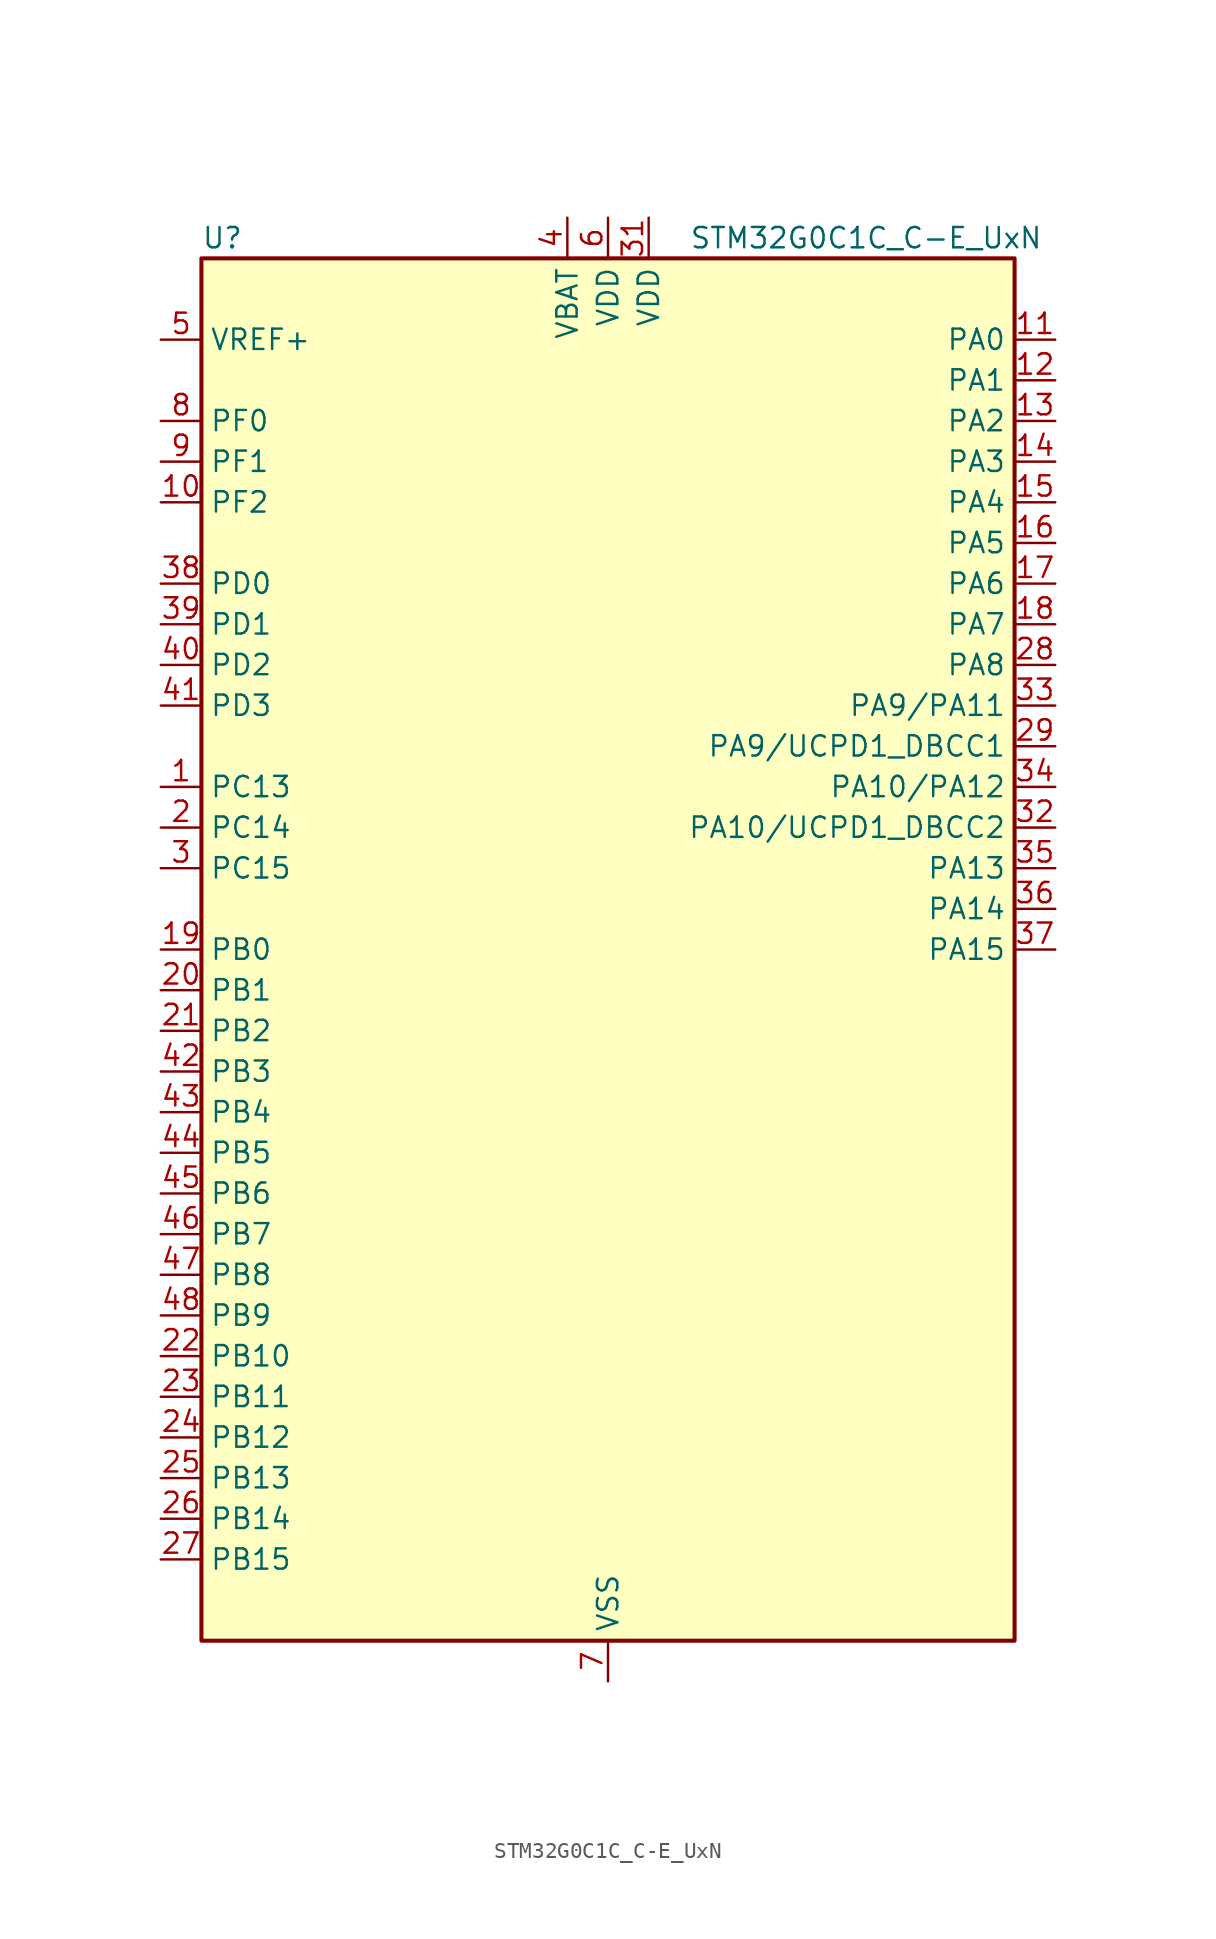
<source format=kicad_sym>
(kicad_symbol_lib
  (version 20231120)
  (generator "kicad-library-utils")
  (generator_version "8.0")
  (symbol "STM32G0C1C_C-E_UxN"
    (property "Reference" "U"
      (at -25.4 44.45 0)
      (effects (font (size 1.27 1.27)) (justify left)))
    (property "Value" "STM32G0C1C_C-E_UxN"
      (at 5.08 44.45 0)
      (effects (font (size 1.27 1.27)) (justify left)))
    (symbol "STM32G0C1C_C-E_UxN_0_1"
      (rectangle (start -25.4 -43.18) (end 25.4 43.18) (stroke (width 0.254) (type default)) (fill (type background))))
    (symbol "STM32G0C1C_C-E_UxN_1_1"
      (pin bidirectional line (at -27.94 10.16 0) (length 2.54) (name "PC13" (effects (font (size 1.27 1.27)))) (number "1" (effects (font (size 1.27 1.27)))) (alternate "RTC_OUT1" bidirectional line) (alternate "RTC_TAMP_IN1" bidirectional line) (alternate "RTC_TS" bidirectional line) (alternate "SYS_WKUP2" bidirectional line) (alternate "TIM1_BK" bidirectional line))
      (pin bidirectional line (at -27.94 27.94 0) (length 2.54) (name "PF2" (effects (font (size 1.27 1.27)))) (number "10" (effects (font (size 1.27 1.27)))) (alternate "LPUART2_DE" bidirectional line) (alternate "LPUART2_RTS" bidirectional line) (alternate "LPUART2_TX" bidirectional line) (alternate "RCC_MCO" bidirectional line))
      (pin bidirectional line (at 27.94 38.1 180) (length 2.54) (name "PA0" (effects (font (size 1.27 1.27)))) (number "11" (effects (font (size 1.27 1.27)))) (alternate "ADC1_IN0" bidirectional line) (alternate "COMP1_INM" bidirectional line) (alternate "COMP1_OUT" bidirectional line) (alternate "I2S2_CK" bidirectional line) (alternate "LPTIM1_OUT" bidirectional line) (alternate "RTC_TAMP_IN2" bidirectional line) (alternate "SPI2_SCK" bidirectional line) (alternate "SYS_WKUP1" bidirectional line) (alternate "TIM2_CH1" bidirectional line) (alternate "TIM2_ETR" bidirectional line) (alternate "UCPD2_FRSTX1" bidirectional line) (alternate "UCPD2_FRSTX2" bidirectional line) (alternate "USART2_CTS" bidirectional line) (alternate "USART2_NSS" bidirectional line) (alternate "USART4_TX" bidirectional line))
      (pin bidirectional line (at 27.94 35.56 180) (length 2.54) (name "PA1" (effects (font (size 1.27 1.27)))) (number "12" (effects (font (size 1.27 1.27)))) (alternate "ADC1_IN1" bidirectional line) (alternate "COMP1_INP" bidirectional line) (alternate "I2C1_SMBA" bidirectional line) (alternate "I2S1_CK" bidirectional line) (alternate "SPI1_SCK" bidirectional line) (alternate "TIM15_CH1N" bidirectional line) (alternate "TIM2_CH2" bidirectional line) (alternate "USART2_CK" bidirectional line) (alternate "USART2_DE" bidirectional line) (alternate "USART2_RTS" bidirectional line) (alternate "USART4_RX" bidirectional line))
      (pin bidirectional line (at 27.94 33.02 180) (length 2.54) (name "PA2" (effects (font (size 1.27 1.27)))) (number "13" (effects (font (size 1.27 1.27)))) (alternate "ADC1_IN2" bidirectional line) (alternate "COMP2_INM" bidirectional line) (alternate "COMP2_OUT" bidirectional line) (alternate "I2S1_SD" bidirectional line) (alternate "LPUART1_TX" bidirectional line) (alternate "RCC_LSCO" bidirectional line) (alternate "SPI1_MOSI" bidirectional line) (alternate "SYS_WKUP4" bidirectional line) (alternate "TIM15_CH1" bidirectional line) (alternate "TIM2_CH3" bidirectional line) (alternate "UCPD1_FRSTX1" bidirectional line) (alternate "UCPD1_FRSTX2" bidirectional line) (alternate "USART2_TX" bidirectional line))
      (pin bidirectional line (at 27.94 30.48 180) (length 2.54) (name "PA3" (effects (font (size 1.27 1.27)))) (number "14" (effects (font (size 1.27 1.27)))) (alternate "ADC1_IN3" bidirectional line) (alternate "COMP2_INP" bidirectional line) (alternate "I2S2_MCK" bidirectional line) (alternate "LPUART1_RX" bidirectional line) (alternate "SPI2_MISO" bidirectional line) (alternate "TIM15_CH2" bidirectional line) (alternate "TIM2_CH4" bidirectional line) (alternate "UCPD2_FRSTX1" bidirectional line) (alternate "UCPD2_FRSTX2" bidirectional line) (alternate "USART2_RX" bidirectional line))
      (pin bidirectional line (at 27.94 27.94 180) (length 2.54) (name "PA4" (effects (font (size 1.27 1.27)))) (number "15" (effects (font (size 1.27 1.27)))) (alternate "ADC1_IN4" bidirectional line) (alternate "DAC1_OUT1" bidirectional line) (alternate "I2S1_WS" bidirectional line) (alternate "I2S2_SD" bidirectional line) (alternate "LPTIM2_OUT" bidirectional line) (alternate "RTC_OUT2" bidirectional line) (alternate "SPI1_NSS" bidirectional line) (alternate "SPI2_MOSI" bidirectional line) (alternate "SPI3_NSS" bidirectional line) (alternate "TIM14_CH1" bidirectional line) (alternate "UCPD2_FRSTX1" bidirectional line) (alternate "UCPD2_FRSTX2" bidirectional line) (alternate "USART6_TX" bidirectional line) (alternate "USB_NOE" bidirectional line))
      (pin bidirectional line (at 27.94 25.4 180) (length 2.54) (name "PA5" (effects (font (size 1.27 1.27)))) (number "16" (effects (font (size 1.27 1.27)))) (alternate "ADC1_IN5" bidirectional line) (alternate "CEC" bidirectional line) (alternate "DAC1_OUT2" bidirectional line) (alternate "I2S1_CK" bidirectional line) (alternate "LPTIM2_ETR" bidirectional line) (alternate "SPI1_SCK" bidirectional line) (alternate "TIM2_CH1" bidirectional line) (alternate "TIM2_ETR" bidirectional line) (alternate "UCPD1_FRSTX1" bidirectional line) (alternate "UCPD1_FRSTX2" bidirectional line) (alternate "USART3_TX" bidirectional line) (alternate "USART6_RX" bidirectional line))
      (pin bidirectional line (at 27.94 22.86 180) (length 2.54) (name "PA6" (effects (font (size 1.27 1.27)))) (number "17" (effects (font (size 1.27 1.27)))) (alternate "ADC1_IN6" bidirectional line) (alternate "COMP1_OUT" bidirectional line) (alternate "I2C2_SDA" bidirectional line) (alternate "I2C3_SDA" bidirectional line) (alternate "I2S1_MCK" bidirectional line) (alternate "LPUART1_CTS" bidirectional line) (alternate "SPI1_MISO" bidirectional line) (alternate "TIM16_CH1" bidirectional line) (alternate "TIM1_BK" bidirectional line) (alternate "TIM3_CH1" bidirectional line) (alternate "USART3_CTS" bidirectional line) (alternate "USART3_NSS" bidirectional line) (alternate "USART6_CTS" bidirectional line) (alternate "USART6_NSS" bidirectional line))
      (pin bidirectional line (at 27.94 20.32 180) (length 2.54) (name "PA7" (effects (font (size 1.27 1.27)))) (number "18" (effects (font (size 1.27 1.27)))) (alternate "ADC1_IN7" bidirectional line) (alternate "COMP2_OUT" bidirectional line) (alternate "I2C2_SCL" bidirectional line) (alternate "I2C3_SCL" bidirectional line) (alternate "I2S1_SD" bidirectional line) (alternate "SPI1_MOSI" bidirectional line) (alternate "TIM14_CH1" bidirectional line) (alternate "TIM17_CH1" bidirectional line) (alternate "TIM1_CH1N" bidirectional line) (alternate "TIM3_CH2" bidirectional line) (alternate "UCPD1_FRSTX1" bidirectional line) (alternate "UCPD1_FRSTX2" bidirectional line) (alternate "USART6_CK" bidirectional line) (alternate "USART6_DE" bidirectional line) (alternate "USART6_RTS" bidirectional line))
      (pin bidirectional line (at -27.94 0 0) (length 2.54) (name "PB0" (effects (font (size 1.27 1.27)))) (number "19" (effects (font (size 1.27 1.27)))) (alternate "ADC1_IN8" bidirectional line) (alternate "COMP1_OUT" bidirectional line) (alternate "COMP3_INP" bidirectional line) (alternate "FDCAN2_RX" bidirectional line) (alternate "I2S1_WS" bidirectional line) (alternate "LPTIM1_OUT" bidirectional line) (alternate "LPUART2_CTS" bidirectional line) (alternate "SPI1_NSS" bidirectional line) (alternate "TIM1_CH2N" bidirectional line) (alternate "TIM3_CH3" bidirectional line) (alternate "UCPD1_FRSTX1" bidirectional line) (alternate "UCPD1_FRSTX2" bidirectional line) (alternate "USART3_RX" bidirectional line) (alternate "USART5_TX" bidirectional line))
      (pin bidirectional line (at -27.94 7.62 0) (length 2.54) (name "PC14" (effects (font (size 1.27 1.27)))) (number "2" (effects (font (size 1.27 1.27)))) (alternate "RCC_OSC32_IN" bidirectional line) (alternate "TIM1_BK2" bidirectional line))
      (pin bidirectional line (at -27.94 -2.54 0) (length 2.54) (name "PB1" (effects (font (size 1.27 1.27)))) (number "20" (effects (font (size 1.27 1.27)))) (alternate "ADC1_IN9" bidirectional line) (alternate "COMP1_INM" bidirectional line) (alternate "COMP3_OUT" bidirectional line) (alternate "FDCAN2_TX" bidirectional line) (alternate "LPTIM2_IN1" bidirectional line) (alternate "LPUART1_DE" bidirectional line) (alternate "LPUART1_RTS" bidirectional line) (alternate "LPUART2_DE" bidirectional line) (alternate "LPUART2_RTS" bidirectional line) (alternate "TIM14_CH1" bidirectional line) (alternate "TIM1_CH3N" bidirectional line) (alternate "TIM3_CH4" bidirectional line) (alternate "USART3_CK" bidirectional line) (alternate "USART3_DE" bidirectional line) (alternate "USART3_RTS" bidirectional line) (alternate "USART5_RX" bidirectional line))
      (pin bidirectional line (at -27.94 -5.08 0) (length 2.54) (name "PB2" (effects (font (size 1.27 1.27)))) (number "21" (effects (font (size 1.27 1.27)))) (alternate "ADC1_IN10" bidirectional line) (alternate "COMP1_INP" bidirectional line) (alternate "COMP3_INM" bidirectional line) (alternate "I2S2_MCK" bidirectional line) (alternate "LPTIM1_OUT" bidirectional line) (alternate "RCC_MCO_2" bidirectional line) (alternate "SPI2_MISO" bidirectional line) (alternate "USART3_TX" bidirectional line))
      (pin bidirectional line (at -27.94 -25.4 0) (length 2.54) (name "PB10" (effects (font (size 1.27 1.27)))) (number "22" (effects (font (size 1.27 1.27)))) (alternate "ADC1_IN11" bidirectional line) (alternate "CEC" bidirectional line) (alternate "COMP1_OUT" bidirectional line) (alternate "I2C2_SCL" bidirectional line) (alternate "I2S2_CK" bidirectional line) (alternate "LPUART1_RX" bidirectional line) (alternate "SPI2_SCK" bidirectional line) (alternate "TIM2_CH3" bidirectional line) (alternate "USART3_TX" bidirectional line))
      (pin bidirectional line (at -27.94 -27.94 0) (length 2.54) (name "PB11" (effects (font (size 1.27 1.27)))) (number "23" (effects (font (size 1.27 1.27)))) (alternate "ADC1_EXTI11" bidirectional line) (alternate "ADC1_IN15" bidirectional line) (alternate "COMP2_OUT" bidirectional line) (alternate "I2C2_SDA" bidirectional line) (alternate "I2S2_SD" bidirectional line) (alternate "LPUART1_TX" bidirectional line) (alternate "SPI2_MOSI" bidirectional line) (alternate "TIM2_CH4" bidirectional line) (alternate "USART3_RX" bidirectional line))
      (pin bidirectional line (at -27.94 -30.48 0) (length 2.54) (name "PB12" (effects (font (size 1.27 1.27)))) (number "24" (effects (font (size 1.27 1.27)))) (alternate "ADC1_IN16" bidirectional line) (alternate "FDCAN2_RX" bidirectional line) (alternate "I2C2_SMBA" bidirectional line) (alternate "I2S2_WS" bidirectional line) (alternate "LPUART1_DE" bidirectional line) (alternate "LPUART1_RTS" bidirectional line) (alternate "SPI2_NSS" bidirectional line) (alternate "TIM15_BK" bidirectional line) (alternate "TIM1_BK" bidirectional line) (alternate "UCPD2_FRSTX1" bidirectional line) (alternate "UCPD2_FRSTX2" bidirectional line))
      (pin bidirectional line (at -27.94 -33.02 0) (length 2.54) (name "PB13" (effects (font (size 1.27 1.27)))) (number "25" (effects (font (size 1.27 1.27)))) (alternate "FDCAN2_TX" bidirectional line) (alternate "I2C2_SCL" bidirectional line) (alternate "I2S2_CK" bidirectional line) (alternate "LPUART1_CTS" bidirectional line) (alternate "SPI2_SCK" bidirectional line) (alternate "TIM15_CH1N" bidirectional line) (alternate "TIM1_CH1N" bidirectional line) (alternate "USART3_CTS" bidirectional line) (alternate "USART3_NSS" bidirectional line))
      (pin bidirectional line (at -27.94 -35.56 0) (length 2.54) (name "PB14" (effects (font (size 1.27 1.27)))) (number "26" (effects (font (size 1.27 1.27)))) (alternate "I2C2_SDA" bidirectional line) (alternate "I2S2_MCK" bidirectional line) (alternate "SPI2_MISO" bidirectional line) (alternate "TIM15_CH1" bidirectional line) (alternate "TIM1_CH2N" bidirectional line) (alternate "UCPD1_FRSTX1" bidirectional line) (alternate "UCPD1_FRSTX2" bidirectional line) (alternate "USART3_CK" bidirectional line) (alternate "USART3_DE" bidirectional line) (alternate "USART3_RTS" bidirectional line) (alternate "USART6_CK" bidirectional line) (alternate "USART6_DE" bidirectional line) (alternate "USART6_RTS" bidirectional line))
      (pin bidirectional line (at -27.94 -38.1 0) (length 2.54) (name "PB15" (effects (font (size 1.27 1.27)))) (number "27" (effects (font (size 1.27 1.27)))) (alternate "I2S2_SD" bidirectional line) (alternate "RTC_REFIN" bidirectional line) (alternate "SPI2_MOSI" bidirectional line) (alternate "TIM15_CH1N" bidirectional line) (alternate "TIM15_CH2" bidirectional line) (alternate "TIM1_CH3N" bidirectional line) (alternate "UCPD1_CC2" bidirectional line) (alternate "USART6_CTS" bidirectional line) (alternate "USART6_NSS" bidirectional line))
      (pin bidirectional line (at 27.94 17.78 180) (length 2.54) (name "PA8" (effects (font (size 1.27 1.27)))) (number "28" (effects (font (size 1.27 1.27)))) (alternate "CRS1_SYNC" bidirectional line) (alternate "I2C2_SMBA" bidirectional line) (alternate "I2S2_WS" bidirectional line) (alternate "LPTIM2_OUT" bidirectional line) (alternate "RCC_MCO" bidirectional line) (alternate "SPI2_NSS" bidirectional line) (alternate "TIM1_CH1" bidirectional line) (alternate "UCPD1_CC1" bidirectional line))
      (pin bidirectional line (at 27.94 12.7 180) (length 2.54) (name "PA9/UCPD1_DBCC1" (effects (font (size 1.27 1.27)))) (number "29" (effects (font (size 1.27 1.27)))) (alternate "PA9" bidirectional line) (alternate "DAC1_EXTI9 (PA9)" bidirectional line) (alternate "I2C1_SCL (PA9)" bidirectional line) (alternate "I2C2_SCL (PA9)" bidirectional line) (alternate "I2S2_MCK (PA9)" bidirectional line) (alternate "RCC_MCO (PA9)" bidirectional line) (alternate "SPI2_MISO (PA9)" bidirectional line) (alternate "TIM15_BK (PA9)" bidirectional line) (alternate "TIM1_CH2 (PA9)" bidirectional line) (alternate "UCPD1_DBCC1 (PA9)" bidirectional line) (alternate "USART1_TX (PA9)" bidirectional line) (alternate "UCPD1_DBCC1" bidirectional line) (alternate "UCPD1_DBCC1 (UCPD1_DBCC1)" bidirectional line))
      (pin bidirectional line (at -27.94 5.08 0) (length 2.54) (name "PC15" (effects (font (size 1.27 1.27)))) (number "3" (effects (font (size 1.27 1.27)))) (alternate "RCC_OSC32_EN" bidirectional line) (alternate "RCC_OSC32_OUT" bidirectional line) (alternate "RCC_OSC_EN" bidirectional line) (alternate "TIM15_BK" bidirectional line))
      (pin passive line (at 0 -45.72 90) (length 2.54) hide (name "VSS" (effects (font (size 1.27 1.27)))) (number "30" (effects (font (size 1.27 1.27)))))
      (pin power_in line (at 2.54 45.72 270) (length 2.54) (name "VDD" (effects (font (size 1.27 1.27)))) (number "31" (effects (font (size 1.27 1.27)))))
      (pin bidirectional line (at 27.94 7.62 180) (length 2.54) (name "PA10/UCPD1_DBCC2" (effects (font (size 1.27 1.27)))) (number "32" (effects (font (size 1.27 1.27)))) (alternate "PA10" bidirectional line) (alternate "I2C1_SDA (PA10)" bidirectional line) (alternate "I2C2_SDA (PA10)" bidirectional line) (alternate "I2S2_SD (PA10)" bidirectional line) (alternate "RCC_MCO_2 (PA10)" bidirectional line) (alternate "SPI2_MOSI (PA10)" bidirectional line) (alternate "TIM17_BK (PA10)" bidirectional line) (alternate "TIM1_CH3 (PA10)" bidirectional line) (alternate "UCPD1_DBCC2 (PA10)" bidirectional line) (alternate "USART1_RX (PA10)" bidirectional line) (alternate "UCPD1_DBCC2" bidirectional line) (alternate "UCPD1_DBCC2 (UCPD1_DBCC2)" bidirectional line))
      (pin bidirectional line (at 27.94 15.24 180) (length 2.54) (name "PA9/PA11" (effects (font (size 1.27 1.27)))) (number "33" (effects (font (size 1.27 1.27)))) (alternate "PA9" bidirectional line) (alternate "DAC1_EXTI9 (PA9)" bidirectional line) (alternate "I2C1_SCL (PA9)" bidirectional line) (alternate "I2C2_SCL (PA9)" bidirectional line) (alternate "I2S2_MCK (PA9)" bidirectional line) (alternate "RCC_MCO (PA9)" bidirectional line) (alternate "SPI2_MISO (PA9)" bidirectional line) (alternate "TIM15_BK (PA9)" bidirectional line) (alternate "TIM1_CH2 (PA9)" bidirectional line) (alternate "UCPD1_DBCC1 (PA9)" bidirectional line) (alternate "USART1_TX (PA9)" bidirectional line) (alternate "PA11" bidirectional line) (alternate "ADC1_EXTI11 (PA11)" bidirectional line) (alternate "COMP1_OUT (PA11)" bidirectional line) (alternate "FDCAN1_RX (PA11)" bidirectional line) (alternate "I2C2_SCL (PA11)" bidirectional line) (alternate "I2S1_MCK (PA11)" bidirectional line) (alternate "SPI1_MISO (PA11)" bidirectional line) (alternate "TIM1_BK2 (PA11)" bidirectional line) (alternate "TIM1_CH4 (PA11)" bidirectional line) (alternate "USART1_CTS (PA11)" bidirectional line) (alternate "USART1_NSS (PA11)" bidirectional line) (alternate "USB_DM (PA11)" bidirectional line))
      (pin bidirectional line (at 27.94 10.16 180) (length 2.54) (name "PA10/PA12" (effects (font (size 1.27 1.27)))) (number "34" (effects (font (size 1.27 1.27)))) (alternate "PA10" bidirectional line) (alternate "I2C1_SDA (PA10)" bidirectional line) (alternate "I2C2_SDA (PA10)" bidirectional line) (alternate "I2S2_SD (PA10)" bidirectional line) (alternate "RCC_MCO_2 (PA10)" bidirectional line) (alternate "SPI2_MOSI (PA10)" bidirectional line) (alternate "TIM17_BK (PA10)" bidirectional line) (alternate "TIM1_CH3 (PA10)" bidirectional line) (alternate "UCPD1_DBCC2 (PA10)" bidirectional line) (alternate "USART1_RX (PA10)" bidirectional line) (alternate "PA12" bidirectional line) (alternate "COMP2_OUT (PA12)" bidirectional line) (alternate "FDCAN1_TX (PA12)" bidirectional line) (alternate "I2C2_SDA (PA12)" bidirectional line) (alternate "I2S1_SD (PA12)" bidirectional line) (alternate "I2S_CKIN (PA12)" bidirectional line) (alternate "SPI1_MOSI (PA12)" bidirectional line) (alternate "TIM1_ETR (PA12)" bidirectional line) (alternate "USART1_CK (PA12)" bidirectional line) (alternate "USART1_DE (PA12)" bidirectional line) (alternate "USART1_RTS (PA12)" bidirectional line) (alternate "USB_DP (PA12)" bidirectional line))
      (pin bidirectional line (at 27.94 5.08 180) (length 2.54) (name "PA13" (effects (font (size 1.27 1.27)))) (number "35" (effects (font (size 1.27 1.27)))) (alternate "IR_OUT" bidirectional line) (alternate "LPUART2_RX" bidirectional line) (alternate "SYS_SWDIO" bidirectional line) (alternate "USB_NOE" bidirectional line))
      (pin bidirectional line (at 27.94 2.54 180) (length 2.54) (name "PA14" (effects (font (size 1.27 1.27)))) (number "36" (effects (font (size 1.27 1.27)))) (alternate "LPUART2_TX" bidirectional line) (alternate "SYS_SWCLK" bidirectional line) (alternate "USART2_TX" bidirectional line))
      (pin bidirectional line (at 27.94 0 180) (length 2.54) (name "PA15" (effects (font (size 1.27 1.27)))) (number "37" (effects (font (size 1.27 1.27)))) (alternate "I2C2_SMBA" bidirectional line) (alternate "I2S1_WS" bidirectional line) (alternate "RCC_MCO_2" bidirectional line) (alternate "SPI1_NSS" bidirectional line) (alternate "SPI3_NSS" bidirectional line) (alternate "TIM2_CH1" bidirectional line) (alternate "TIM2_ETR" bidirectional line) (alternate "USART2_RX" bidirectional line) (alternate "USART3_CK" bidirectional line) (alternate "USART3_DE" bidirectional line) (alternate "USART3_RTS" bidirectional line) (alternate "USART4_CK" bidirectional line) (alternate "USART4_DE" bidirectional line) (alternate "USART4_RTS" bidirectional line) (alternate "USB_NOE" bidirectional line))
      (pin bidirectional line (at -27.94 22.86 0) (length 2.54) (name "PD0" (effects (font (size 1.27 1.27)))) (number "38" (effects (font (size 1.27 1.27)))) (alternate "FDCAN1_RX" bidirectional line) (alternate "I2S2_WS" bidirectional line) (alternate "SPI2_NSS" bidirectional line) (alternate "TIM16_CH1" bidirectional line) (alternate "UCPD2_CC1" bidirectional line))
      (pin bidirectional line (at -27.94 20.32 0) (length 2.54) (name "PD1" (effects (font (size 1.27 1.27)))) (number "39" (effects (font (size 1.27 1.27)))) (alternate "FDCAN1_TX" bidirectional line) (alternate "I2S2_CK" bidirectional line) (alternate "SPI2_SCK" bidirectional line) (alternate "TIM17_CH1" bidirectional line) (alternate "UCPD2_DBCC1" bidirectional line))
      (pin power_in line (at -2.54 45.72 270) (length 2.54) (name "VBAT" (effects (font (size 1.27 1.27)))) (number "4" (effects (font (size 1.27 1.27)))))
      (pin bidirectional line (at -27.94 17.78 0) (length 2.54) (name "PD2" (effects (font (size 1.27 1.27)))) (number "40" (effects (font (size 1.27 1.27)))) (alternate "TIM1_CH1N" bidirectional line) (alternate "TIM3_ETR" bidirectional line) (alternate "UCPD2_CC2" bidirectional line) (alternate "USART3_CK" bidirectional line) (alternate "USART3_DE" bidirectional line) (alternate "USART3_RTS" bidirectional line) (alternate "USART5_RX" bidirectional line))
      (pin bidirectional line (at -27.94 15.24 0) (length 2.54) (name "PD3" (effects (font (size 1.27 1.27)))) (number "41" (effects (font (size 1.27 1.27)))) (alternate "I2S2_MCK" bidirectional line) (alternate "SPI2_MISO" bidirectional line) (alternate "TIM1_CH2N" bidirectional line) (alternate "UCPD2_DBCC2" bidirectional line) (alternate "USART2_CTS" bidirectional line) (alternate "USART2_NSS" bidirectional line) (alternate "USART5_TX" bidirectional line))
      (pin bidirectional line (at -27.94 -7.62 0) (length 2.54) (name "PB3" (effects (font (size 1.27 1.27)))) (number "42" (effects (font (size 1.27 1.27)))) (alternate "COMP2_INM" bidirectional line) (alternate "I2C2_SCL" bidirectional line) (alternate "I2C3_SCL" bidirectional line) (alternate "I2S1_CK" bidirectional line) (alternate "SPI1_SCK" bidirectional line) (alternate "SPI3_SCK" bidirectional line) (alternate "TIM1_CH2" bidirectional line) (alternate "TIM2_CH2" bidirectional line) (alternate "USART1_CK" bidirectional line) (alternate "USART1_DE" bidirectional line) (alternate "USART1_RTS" bidirectional line) (alternate "USART5_TX" bidirectional line))
      (pin bidirectional line (at -27.94 -10.16 0) (length 2.54) (name "PB4" (effects (font (size 1.27 1.27)))) (number "43" (effects (font (size 1.27 1.27)))) (alternate "COMP2_INP" bidirectional line) (alternate "I2C2_SDA" bidirectional line) (alternate "I2C3_SDA" bidirectional line) (alternate "I2S1_MCK" bidirectional line) (alternate "SPI1_MISO" bidirectional line) (alternate "SPI3_MISO" bidirectional line) (alternate "TIM17_BK" bidirectional line) (alternate "TIM3_CH1" bidirectional line) (alternate "USART1_CTS" bidirectional line) (alternate "USART1_NSS" bidirectional line) (alternate "USART5_RX" bidirectional line))
      (pin bidirectional line (at -27.94 -12.7 0) (length 2.54) (name "PB5" (effects (font (size 1.27 1.27)))) (number "44" (effects (font (size 1.27 1.27)))) (alternate "COMP2_OUT" bidirectional line) (alternate "FDCAN2_RX" bidirectional line) (alternate "I2C1_SMBA" bidirectional line) (alternate "I2S1_SD" bidirectional line) (alternate "LPTIM1_IN1" bidirectional line) (alternate "SPI1_MOSI" bidirectional line) (alternate "SPI3_MOSI" bidirectional line) (alternate "SYS_WKUP6" bidirectional line) (alternate "TIM16_BK" bidirectional line) (alternate "TIM3_CH2" bidirectional line) (alternate "USART5_CK" bidirectional line) (alternate "USART5_DE" bidirectional line) (alternate "USART5_RTS" bidirectional line))
      (pin bidirectional line (at -27.94 -15.24 0) (length 2.54) (name "PB6" (effects (font (size 1.27 1.27)))) (number "45" (effects (font (size 1.27 1.27)))) (alternate "COMP2_INP" bidirectional line) (alternate "FDCAN2_TX" bidirectional line) (alternate "I2C1_SCL" bidirectional line) (alternate "I2S2_MCK" bidirectional line) (alternate "LPTIM1_ETR" bidirectional line) (alternate "LPUART2_TX" bidirectional line) (alternate "SPI2_MISO" bidirectional line) (alternate "TIM16_CH1N" bidirectional line) (alternate "TIM1_CH3" bidirectional line) (alternate "TIM4_CH1" bidirectional line) (alternate "USART1_TX" bidirectional line) (alternate "USART5_CTS" bidirectional line) (alternate "USART5_NSS" bidirectional line))
      (pin bidirectional line (at -27.94 -17.78 0) (length 2.54) (name "PB7" (effects (font (size 1.27 1.27)))) (number "46" (effects (font (size 1.27 1.27)))) (alternate "COMP2_INM" bidirectional line) (alternate "I2C1_SDA" bidirectional line) (alternate "I2S2_SD" bidirectional line) (alternate "LPTIM1_IN2" bidirectional line) (alternate "LPUART2_RX" bidirectional line) (alternate "SPI2_MOSI" bidirectional line) (alternate "SYS_PVD_IN" bidirectional line) (alternate "TIM17_CH1N" bidirectional line) (alternate "TIM4_CH2" bidirectional line) (alternate "USART1_RX" bidirectional line) (alternate "USART4_CTS" bidirectional line) (alternate "USART4_NSS" bidirectional line))
      (pin bidirectional line (at -27.94 -20.32 0) (length 2.54) (name "PB8" (effects (font (size 1.27 1.27)))) (number "47" (effects (font (size 1.27 1.27)))) (alternate "CEC" bidirectional line) (alternate "FDCAN1_RX" bidirectional line) (alternate "I2C1_SCL" bidirectional line) (alternate "I2S2_CK" bidirectional line) (alternate "SPI2_SCK" bidirectional line) (alternate "TIM15_BK" bidirectional line) (alternate "TIM16_CH1" bidirectional line) (alternate "TIM4_CH3" bidirectional line) (alternate "USART3_TX" bidirectional line) (alternate "USART6_TX" bidirectional line))
      (pin bidirectional line (at -27.94 -22.86 0) (length 2.54) (name "PB9" (effects (font (size 1.27 1.27)))) (number "48" (effects (font (size 1.27 1.27)))) (alternate "DAC1_EXTI9" bidirectional line) (alternate "FDCAN1_TX" bidirectional line) (alternate "I2C1_SDA" bidirectional line) (alternate "I2S2_WS" bidirectional line) (alternate "IR_OUT" bidirectional line) (alternate "SPI2_NSS" bidirectional line) (alternate "TIM17_CH1" bidirectional line) (alternate "TIM4_CH4" bidirectional line) (alternate "UCPD2_FRSTX1" bidirectional line) (alternate "UCPD2_FRSTX2" bidirectional line) (alternate "USART3_RX" bidirectional line) (alternate "USART6_RX" bidirectional line))
      (pin passive line (at 0 -45.72 90) (length 2.54) hide (name "VSS" (effects (font (size 1.27 1.27)))) (number "49" (effects (font (size 1.27 1.27)))))
      (pin input line (at -27.94 38.1 0) (length 2.54) (name "VREF+" (effects (font (size 1.27 1.27)))) (number "5" (effects (font (size 1.27 1.27)))) (alternate "VREFBUF_OUT" bidirectional line))
      (pin power_in line (at 0 45.72 270) (length 2.54) (name "VDD" (effects (font (size 1.27 1.27)))) (number "6" (effects (font (size 1.27 1.27)))))
      (pin power_in line (at 0 -45.72 90) (length 2.54) (name "VSS" (effects (font (size 1.27 1.27)))) (number "7" (effects (font (size 1.27 1.27)))))
      (pin bidirectional line (at -27.94 33.02 0) (length 2.54) (name "PF0" (effects (font (size 1.27 1.27)))) (number "8" (effects (font (size 1.27 1.27)))) (alternate "CRS1_SYNC" bidirectional line) (alternate "RCC_OSC_IN" bidirectional line) (alternate "TIM14_CH1" bidirectional line))
      (pin bidirectional line (at -27.94 30.48 0) (length 2.54) (name "PF1" (effects (font (size 1.27 1.27)))) (number "9" (effects (font (size 1.27 1.27)))) (alternate "RCC_OSC_EN" bidirectional line) (alternate "RCC_OSC_OUT" bidirectional line) (alternate "TIM15_CH1N" bidirectional line)))))
</source>
